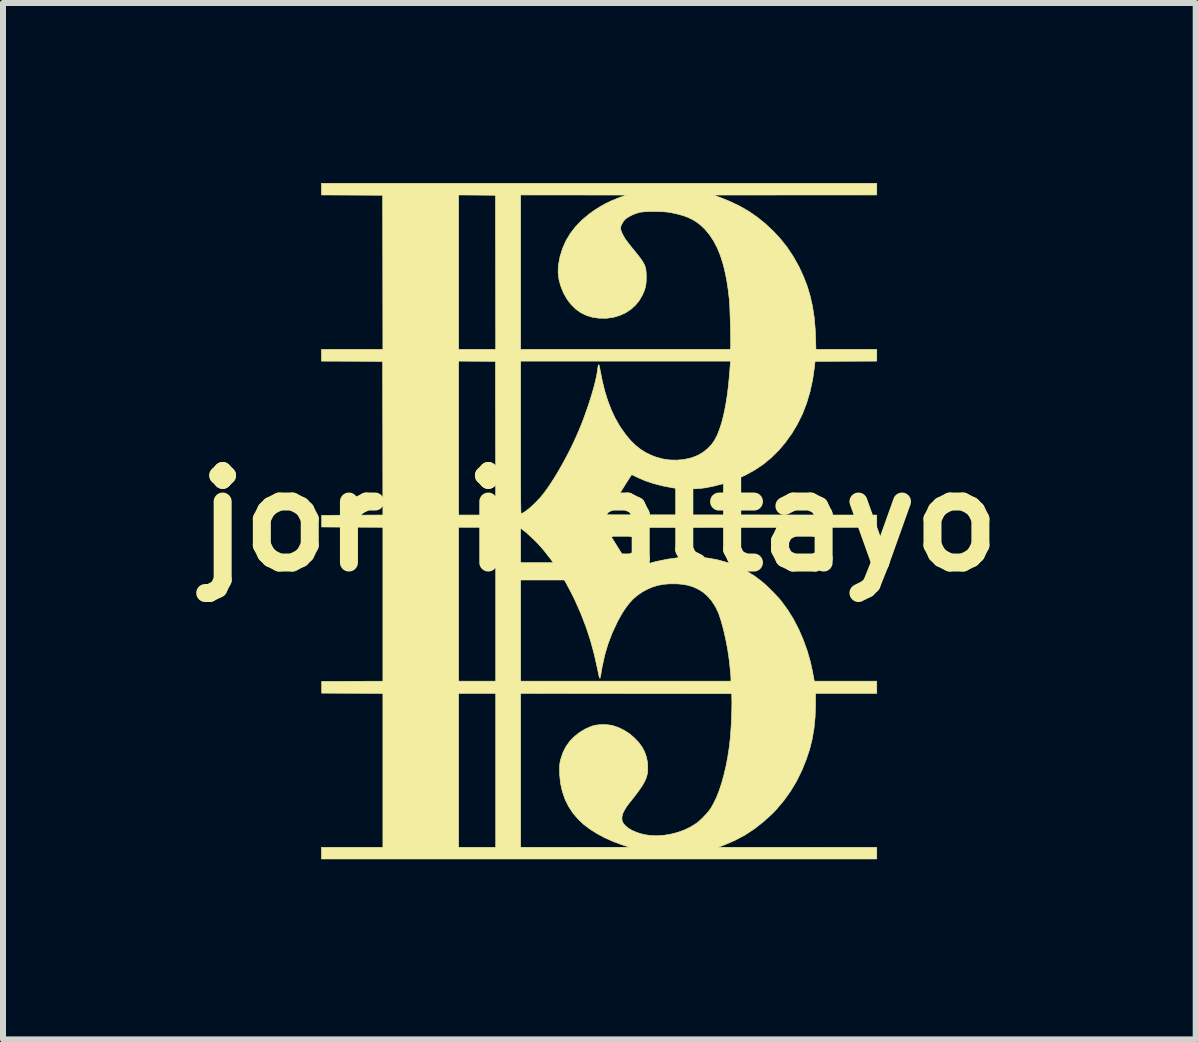
<source format=kicad_pcb>
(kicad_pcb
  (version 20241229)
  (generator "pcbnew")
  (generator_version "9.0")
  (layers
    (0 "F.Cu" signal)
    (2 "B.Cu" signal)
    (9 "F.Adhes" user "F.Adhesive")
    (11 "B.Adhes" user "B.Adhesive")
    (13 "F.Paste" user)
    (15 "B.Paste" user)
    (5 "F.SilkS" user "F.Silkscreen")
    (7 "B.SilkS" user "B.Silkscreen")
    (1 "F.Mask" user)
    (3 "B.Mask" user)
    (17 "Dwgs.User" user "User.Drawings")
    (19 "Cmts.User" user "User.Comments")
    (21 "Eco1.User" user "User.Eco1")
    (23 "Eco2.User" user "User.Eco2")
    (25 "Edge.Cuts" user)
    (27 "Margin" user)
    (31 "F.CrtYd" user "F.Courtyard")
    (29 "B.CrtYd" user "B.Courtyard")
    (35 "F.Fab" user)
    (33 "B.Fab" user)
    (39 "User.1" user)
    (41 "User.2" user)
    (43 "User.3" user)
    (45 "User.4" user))
  (footprint "jordi_altayo"
    (layer "F.Cu")
    (at 6.938 5.635)
    (property "Reference" "jordi_altayo" (at 0 0 0) (layer "F.SilkS") (effects (font (size 1.524 1.524) (thickness 0.3))))
    (attr through_hole)
    (fp_poly (pts (xy 4.623 -5.436) (xy 1.901 -5.435) (xy 2.011 -5.395) (xy 2.183 -5.325) (xy 2.343 -5.248) (xy 2.491 -5.163) (xy 2.631 -5.066) (xy 2.765 -4.958) (xy 2.895 -4.836) (xy 2.904 -4.827) (xy 3.023 -4.698) (xy 3.13 -4.563) (xy 3.226 -4.419) (xy 3.315 -4.262) (xy 3.328 -4.237) (xy 3.401 -4.079) (xy 3.463 -3.919) (xy 3.513 -3.753) (xy 3.552 -3.58) (xy 3.58 -3.398) (xy 3.597 -3.206) (xy 3.604 -3.054) (xy 3.609 -2.862) (xy 4.623 -2.862) (xy 4.623 -2.667) (xy 4.109 -2.665) (xy 3.595 -2.663) (xy 3.584 -2.565) (xy 3.554 -2.356) (xy 3.511 -2.158) (xy 3.455 -1.97) (xy 3.387 -1.792) (xy 3.304 -1.623) (xy 3.208 -1.462) (xy 3.099 -1.31) (xy 2.994 -1.186) (xy 2.872 -1.064) (xy 2.738 -0.953) (xy 2.593 -0.855) (xy 2.436 -0.768) (xy 2.268 -0.694) (xy 2.091 -0.632) (xy 1.904 -0.583) (xy 1.774 -0.557) (xy 1.695 -0.547) (xy 1.605 -0.54) (xy 1.51 -0.538) (xy 1.414 -0.539) (xy 1.324 -0.543) (xy 1.244 -0.552) (xy 1.236 -0.553) (xy 1.066 -0.585) (xy 0.909 -0.625) (xy 0.765 -0.673) (xy 0.635 -0.729) (xy 0.614 -0.74) (xy 0.583 -0.755) (xy 0.558 -0.767) (xy 0.543 -0.774) (xy 0.54 -0.775) (xy 0.534 -0.768) (xy 0.521 -0.748) (xy 0.5 -0.716) (xy 0.473 -0.674) (xy 0.441 -0.624) (xy 0.405 -0.566) (xy 0.365 -0.502) (xy 0.327 -0.44) (xy 0.12 -0.106) (xy 4.623 -0.102) (xy 4.623 0) (xy 4.623 0.102) (xy 0.102 0.106) (xy 0.317 0.451) (xy 0.36 0.52) (xy 0.4 0.585) (xy 0.437 0.644) (xy 0.469 0.695) (xy 0.496 0.738) (xy 0.517 0.771) (xy 0.53 0.792) (xy 0.536 0.801) (xy 0.536 0.801) (xy 0.545 0.8) (xy 0.566 0.794) (xy 0.594 0.783) (xy 0.602 0.78) (xy 0.772 0.72) (xy 0.952 0.671) (xy 1.139 0.633) (xy 1.304 0.61) (xy 1.364 0.605) (xy 1.437 0.602) (xy 1.517 0.601) (xy 1.599 0.602) (xy 1.678 0.604) (xy 1.75 0.609) (xy 1.802 0.614) (xy 1.97 0.644) (xy 2.135 0.69) (xy 2.295 0.752) (xy 2.448 0.829) (xy 2.593 0.919) (xy 2.722 1.018) (xy 2.773 1.063) (xy 2.83 1.117) (xy 2.888 1.175) (xy 2.945 1.235) (xy 2.997 1.291) (xy 3.039 1.341) (xy 3.039 1.342) (xy 3.142 1.483) (xy 3.237 1.637) (xy 3.323 1.803) (xy 3.398 1.977) (xy 3.463 2.157) (xy 3.516 2.342) (xy 3.552 2.506) (xy 3.56 2.551) (xy 3.568 2.592) (xy 3.574 2.624) (xy 3.577 2.644) (xy 3.578 2.648) (xy 3.582 2.667) (xy 4.623 2.667) (xy 4.623 2.87) (xy 4.113 2.87) (xy 3.603 2.87) (xy 3.602 3.067) (xy 3.596 3.262) (xy 3.578 3.447) (xy 3.548 3.626) (xy 3.505 3.8) (xy 3.447 3.974) (xy 3.379 4.144) (xy 3.291 4.325) (xy 3.189 4.496) (xy 3.074 4.657) (xy 2.946 4.808) (xy 2.883 4.873) (xy 2.736 5.008) (xy 2.582 5.129) (xy 2.421 5.234) (xy 2.252 5.323) (xy 2.079 5.397) (xy 1.977 5.435) (xy 4.623 5.436) (xy 4.623 5.63) (xy -4.631 5.63) (xy -4.631 5.436) (xy -3.607 5.436) (xy -3.607 4.153) (xy -3.607 2.87) (xy -3.638 2.87) (xy -2.345 2.87) (xy -2.345 5.436) (xy -1.727 5.436) (xy -1.312 5.436) (xy -0.404 5.435) (xy 0.504 5.435) (xy 0.38 5.394) (xy 0.232 5.339) (xy 0.092 5.277) (xy -0.038 5.207) (xy -0.157 5.132) (xy -0.262 5.052) (xy -0.352 4.968) (xy -0.352 4.968) (xy -0.44 4.865) (xy -0.514 4.752) (xy -0.573 4.631) (xy -0.617 4.503) (xy -0.647 4.367) (xy -0.662 4.224) (xy -0.663 4.161) (xy -0.663 4.109) (xy -0.661 4.069) (xy -0.658 4.035) (xy -0.652 4.002) (xy -0.643 3.965) (xy -0.641 3.96) (xy -0.605 3.853) (xy -0.555 3.755) (xy -0.493 3.668) (xy -0.435 3.606) (xy -0.34 3.528) (xy -0.24 3.466) (xy -0.135 3.42) (xy -0.106 3.41) (xy -0.056 3.399) (xy 0.004 3.392) (xy 0.07 3.39) (xy 0.136 3.393) (xy 0.195 3.401) (xy 0.224 3.407) (xy 0.321 3.44) (xy 0.414 3.486) (xy 0.503 3.543) (xy 0.583 3.611) (xy 0.654 3.685) (xy 0.713 3.766) (xy 0.757 3.85) (xy 0.757 3.851) (xy 0.785 3.932) (xy 0.802 4.017) (xy 0.807 4.106) (xy 0.806 4.156) (xy 0.801 4.203) (xy 0.79 4.249) (xy 0.774 4.296) (xy 0.751 4.346) (xy 0.721 4.399) (xy 0.682 4.458) (xy 0.634 4.524) (xy 0.576 4.6) (xy 0.514 4.678) (xy 0.458 4.751) (xy 0.418 4.816) (xy 0.39 4.874) (xy 0.377 4.927) (xy 0.377 4.974) (xy 0.38 4.993) (xy 0.4 5.037) (xy 0.436 5.078) (xy 0.484 5.117) (xy 0.543 5.152) (xy 0.612 5.183) (xy 0.688 5.208) (xy 0.77 5.227) (xy 0.855 5.239) (xy 0.942 5.243) (xy 0.944 5.243) (xy 1.064 5.237) (xy 1.185 5.217) (xy 1.304 5.187) (xy 1.418 5.146) (xy 1.523 5.095) (xy 1.617 5.036) (xy 1.627 5.029) (xy 1.676 4.988) (xy 1.728 4.938) (xy 1.78 4.883) (xy 1.826 4.828) (xy 1.858 4.784) (xy 1.906 4.7) (xy 1.953 4.602) (xy 1.997 4.49) (xy 2.038 4.366) (xy 2.075 4.232) (xy 2.109 4.09) (xy 2.138 3.941) (xy 2.162 3.787) (xy 2.18 3.638) (xy 2.186 3.572) (xy 2.191 3.494) (xy 2.197 3.409) (xy 2.201 3.321) (xy 2.205 3.233) (xy 2.207 3.148) (xy 2.208 3.072) (xy 2.209 3.007) (xy 2.208 2.989) (xy 2.206 2.874) (xy 0.447 2.872) (xy -1.312 2.87) (xy -1.312 5.436) (xy -1.727 5.436) (xy -1.727 2.87) (xy -2.345 2.87) (xy -3.638 2.87) (xy -4.117 2.868) (xy -4.627 2.866) (xy -4.627 2.671) (xy -4.117 2.669) (xy -3.607 2.667) (xy -3.607 1.384) (xy -3.607 0.102) (xy -3.638 0.102) (xy -2.345 0.102) (xy -2.345 2.667) (xy -1.727 2.667) (xy -1.312 2.667) (xy 2.193 2.667) (xy 2.193 2.624) (xy 2.192 2.596) (xy 2.189 2.554) (xy 2.184 2.502) (xy 2.178 2.443) (xy 2.172 2.381) (xy 2.165 2.32) (xy 2.157 2.262) (xy 2.154 2.239) (xy 2.139 2.143) (xy 2.121 2.044) (xy 2.1 1.943) (xy 2.078 1.844) (xy 2.054 1.75) (xy 2.03 1.664) (xy 2.006 1.589) (xy 1.984 1.527) (xy 1.982 1.522) (xy 1.932 1.42) (xy 1.872 1.329) (xy 1.803 1.249) (xy 1.726 1.182) (xy 1.644 1.132) (xy 1.566 1.096) (xy 1.486 1.071) (xy 1.4 1.054) (xy 1.304 1.045) (xy 1.283 1.044) (xy 1.168 1.044) (xy 1.064 1.053) (xy 0.967 1.072) (xy 0.874 1.102) (xy 0.792 1.138) (xy 0.709 1.184) (xy 0.633 1.237) (xy 0.562 1.298) (xy 0.496 1.37) (xy 0.433 1.453) (xy 0.371 1.55) (xy 0.309 1.661) (xy 0.295 1.69) (xy 0.213 1.865) (xy 0.145 2.044) (xy 0.09 2.23) (xy 0.047 2.426) (xy 0.033 2.503) (xy 0.027 2.544) (xy 0.02 2.578) (xy 0.015 2.603) (xy 0.012 2.615) (xy 0.012 2.615) (xy 0.008 2.617) (xy 0.004 2.612) (xy -0.001 2.599) (xy -0.007 2.575) (xy -0.015 2.539) (xy -0.025 2.49) (xy -0.03 2.467) (xy -0.084 2.223) (xy -0.147 1.991) (xy -0.221 1.765) (xy -0.307 1.542) (xy -0.406 1.318) (xy -0.44 1.248) (xy -0.551 1.035) (xy -0.67 0.836) (xy -0.797 0.65) (xy -0.933 0.477) (xy -0.989 0.413) (xy -1.032 0.366) (xy -1.082 0.316) (xy -1.134 0.266) (xy -1.187 0.218) (xy -1.235 0.176) (xy -1.276 0.144) (xy -1.276 0.144) (xy -1.312 0.117) (xy -1.312 2.667) (xy -1.727 2.667) (xy -1.727 0.102) (xy -2.345 0.102) (xy -3.638 0.102) (xy -4.117 0.1) (xy -4.627 0.097) (xy -4.627 -0.097) (xy -4.117 -0.1) (xy -3.638 -0.102) (xy -2.345 -0.102) (xy -1.727 -0.102) (xy -1.729 -1.382) (xy -1.731 -2.663) (xy -2.038 -2.665) (xy -2.316 -2.667) (xy -1.312 -2.667) (xy -1.312 -1.392) (xy -1.312 -1.219) (xy -1.312 -1.063) (xy -1.312 -0.922) (xy -1.312 -0.796) (xy -1.312 -0.683) (xy -1.312 -0.584) (xy -1.311 -0.497) (xy -1.311 -0.421) (xy -1.311 -0.356) (xy -1.31 -0.301) (xy -1.309 -0.255) (xy -1.309 -0.217) (xy -1.308 -0.187) (xy -1.307 -0.164) (xy -1.306 -0.146) (xy -1.304 -0.134) (xy -1.303 -0.127) (xy -1.301 -0.123) (xy -1.299 -0.122) (xy -1.299 -0.122) (xy -1.286 -0.129) (xy -1.264 -0.143) (xy -1.235 -0.162) (xy -1.221 -0.171) (xy -1.17 -0.211) (xy -1.113 -0.261) (xy -1.053 -0.319) (xy -0.995 -0.381) (xy -0.941 -0.445) (xy -0.938 -0.449) (xy -0.876 -0.531) (xy -0.811 -0.627) (xy -0.742 -0.734) (xy -0.673 -0.85) (xy -0.603 -0.973) (xy -0.535 -1.1) (xy -0.469 -1.23) (xy -0.408 -1.359) (xy -0.352 -1.485) (xy -0.308 -1.591) (xy -0.264 -1.703) (xy -0.223 -1.817) (xy -0.183 -1.932) (xy -0.147 -2.045) (xy -0.114 -2.153) (xy -0.085 -2.255) (xy -0.062 -2.348) (xy -0.044 -2.431) (xy -0.033 -2.498) (xy -0.026 -2.55) (xy -0.02 -2.585) (xy -0.015 -2.604) (xy -0.009 -2.607) (xy -0.003 -2.594) (xy 0.004 -2.565) (xy 0.012 -2.522) (xy 0.049 -2.335) (xy 0.092 -2.162) (xy 0.142 -2.003) (xy 0.198 -1.856) (xy 0.262 -1.72) (xy 0.334 -1.593) (xy 0.364 -1.547) (xy 0.441 -1.439) (xy 0.519 -1.346) (xy 0.599 -1.267) (xy 0.683 -1.2) (xy 0.772 -1.143) (xy 0.87 -1.096) (xy 0.943 -1.068) (xy 1.054 -1.037) (xy 1.172 -1.02) (xy 1.293 -1.017) (xy 1.413 -1.028) (xy 1.528 -1.054) (xy 1.545 -1.059) (xy 1.639 -1.096) (xy 1.727 -1.147) (xy 1.807 -1.21) (xy 1.875 -1.283) (xy 1.92 -1.349) (xy 1.964 -1.432) (xy 2.003 -1.531) (xy 2.04 -1.645) (xy 2.073 -1.776) (xy 2.103 -1.921) (xy 2.129 -2.082) (xy 2.151 -2.257) (xy 2.169 -2.445) (xy 2.18 -2.589) (xy 2.186 -2.667) (xy -1.312 -2.667) (xy -2.316 -2.667) (xy -2.345 -2.667) (xy -2.345 -0.102) (xy -3.638 -0.102) (xy -3.607 -0.102) (xy -3.609 -1.382) (xy -3.611 -2.663) (xy -4.121 -2.665) (xy -4.631 -2.667) (xy -4.631 -2.862) (xy -2.345 -2.862) (xy -1.727 -2.862) (xy -1.312 -2.862) (xy 2.182 -2.862) (xy 2.187 -2.887) (xy 2.188 -2.902) (xy 2.189 -2.932) (xy 2.189 -2.975) (xy 2.188 -3.028) (xy 2.188 -3.089) (xy 2.186 -3.157) (xy 2.185 -3.228) (xy 2.183 -3.301) (xy 2.181 -3.374) (xy 2.178 -3.445) (xy 2.176 -3.511) (xy 2.174 -3.57) (xy 2.171 -3.62) (xy 2.169 -3.659) (xy 2.168 -3.675) (xy 2.147 -3.856) (xy 2.12 -4.031) (xy 2.085 -4.196) (xy 2.062 -4.285) (xy 2.018 -4.425) (xy 1.965 -4.554) (xy 1.903 -4.672) (xy 1.833 -4.777) (xy 1.76 -4.864) (xy 1.697 -4.925) (xy 1.631 -4.978) (xy 1.561 -5.022) (xy 1.484 -5.06) (xy 1.397 -5.092) (xy 1.299 -5.119) (xy 1.187 -5.143) (xy 1.177 -5.145) (xy 1.13 -5.151) (xy 1.072 -5.156) (xy 1.006 -5.159) (xy 0.936 -5.161) (xy 0.866 -5.161) (xy 0.8 -5.159) (xy 0.741 -5.155) (xy 0.692 -5.15) (xy 0.668 -5.145) (xy 0.614 -5.129) (xy 0.558 -5.107) (xy 0.505 -5.081) (xy 0.46 -5.054) (xy 0.433 -5.033) (xy 0.405 -5.002) (xy 0.381 -4.964) (xy 0.362 -4.925) (xy 0.354 -4.889) (xy 0.353 -4.883) (xy 0.357 -4.857) (xy 0.37 -4.82) (xy 0.389 -4.777) (xy 0.414 -4.732) (xy 0.438 -4.693) (xy 0.455 -4.671) (xy 0.48 -4.638) (xy 0.51 -4.599) (xy 0.544 -4.556) (xy 0.575 -4.519) (xy 0.628 -4.453) (xy 0.672 -4.397) (xy 0.706 -4.35) (xy 0.733 -4.308) (xy 0.752 -4.271) (xy 0.766 -4.235) (xy 0.774 -4.198) (xy 0.779 -4.158) (xy 0.782 -4.112) (xy 0.782 -4.072) (xy 0.781 -4.001) (xy 0.775 -3.941) (xy 0.764 -3.887) (xy 0.746 -3.833) (xy 0.721 -3.775) (xy 0.719 -3.77) (xy 0.666 -3.679) (xy 0.601 -3.599) (xy 0.525 -3.53) (xy 0.438 -3.473) (xy 0.342 -3.429) (xy 0.237 -3.398) (xy 0.126 -3.382) (xy 0.11 -3.381) (xy -0.006 -3.382) (xy -0.115 -3.398) (xy -0.216 -3.429) (xy -0.31 -3.475) (xy -0.395 -3.536) (xy -0.471 -3.611) (xy -0.539 -3.7) (xy -0.597 -3.804) (xy -0.601 -3.812) (xy -0.645 -3.922) (xy -0.674 -4.033) (xy -0.687 -4.142) (xy -0.684 -4.25) (xy -0.682 -4.267) (xy -0.655 -4.41) (xy -0.613 -4.544) (xy -0.557 -4.671) (xy -0.486 -4.791) (xy -0.399 -4.904) (xy -0.298 -5.01) (xy -0.18 -5.11) (xy -0.071 -5.189) (xy 0.018 -5.244) (xy 0.107 -5.294) (xy 0.202 -5.339) (xy 0.307 -5.382) (xy 0.364 -5.403) (xy 0.453 -5.435) (xy -1.312 -5.436) (xy -1.312 -2.862) (xy -1.727 -2.862) (xy -1.731 -5.431) (xy -2.038 -5.434) (xy -2.345 -5.436) (xy -2.345 -2.862) (xy -4.631 -2.862) (xy -4.119 -2.862) (xy -3.607 -2.862) (xy -3.609 -4.147) (xy -3.611 -5.431) (xy -4.121 -5.434) (xy -4.631 -5.436) (xy -4.631 -5.63) (xy 4.623 -5.63) (xy 4.623 -5.436)) (stroke (width 0.01) (type solid)) (fill yes) (layer "F.SilkS")))
  (gr_rect
    (start -3 -3)
    (end 16.876 14.271)
    (stroke (width 0.1) (type default))
    (fill no)
    (layer "Edge.Cuts")))
</source>
